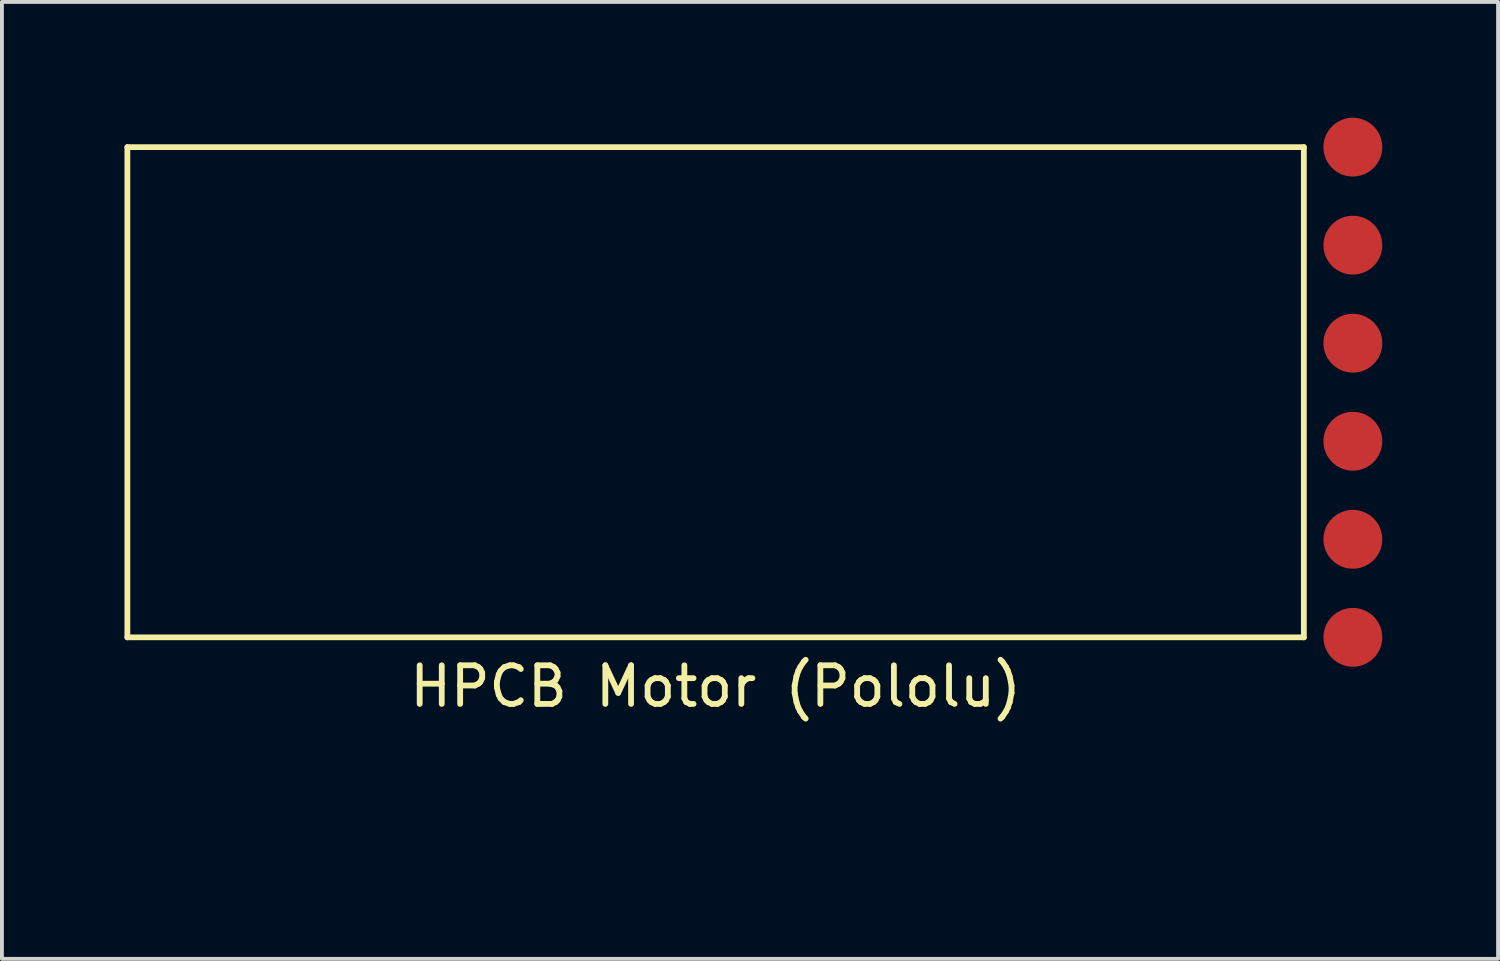
<source format=kicad_pcb>
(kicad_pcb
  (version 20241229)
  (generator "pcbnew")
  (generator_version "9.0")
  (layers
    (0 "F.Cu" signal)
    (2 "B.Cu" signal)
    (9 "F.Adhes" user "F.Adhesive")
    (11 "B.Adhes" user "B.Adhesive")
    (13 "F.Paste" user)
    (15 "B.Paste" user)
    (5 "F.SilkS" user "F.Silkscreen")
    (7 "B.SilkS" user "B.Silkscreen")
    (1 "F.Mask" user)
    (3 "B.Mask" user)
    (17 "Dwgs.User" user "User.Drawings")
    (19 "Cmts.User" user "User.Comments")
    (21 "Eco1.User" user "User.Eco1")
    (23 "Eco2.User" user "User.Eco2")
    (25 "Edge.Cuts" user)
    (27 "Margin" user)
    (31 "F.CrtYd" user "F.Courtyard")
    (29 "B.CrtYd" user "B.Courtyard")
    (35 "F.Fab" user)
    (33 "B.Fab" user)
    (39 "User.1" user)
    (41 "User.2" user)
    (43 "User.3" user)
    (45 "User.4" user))
  (footprint "HPCB Motor (Pololu)"
    (layer "F.Cu")
    (at 0.25 18.542)
    (property "Reference" "HPCB Motor (Pololu)" (at 15.24 -3.81 0) (layer "F.SilkS") (effects (font (size 1 1) (thickness 0.15))))
    (attr through_hole)
    (fp_line (start 0 -17.78) (end 0 -5.08) (stroke (width 0.15) (type solid)) (layer "F.SilkS"))
    (fp_line (start 0 -5.08) (end 30.48 -5.08) (stroke (width 0.15) (type solid)) (layer "F.SilkS"))
    (fp_line (start 30.48 -17.78) (end 0 -17.78) (stroke (width 0.15) (type solid)) (layer "F.SilkS"))
    (fp_line (start 30.48 -5.08) (end 30.48 -17.78) (stroke (width 0.15) (type solid)) (layer "F.SilkS"))
    (pad "1" smd circle (at 31.75 -17.78) (size 1.524 1.524) (layers "F.Cu" "F.Mask" "F.Paste"))
    (pad "2" smd circle (at 31.75 -15.24) (size 1.524 1.524) (layers "F.Cu" "F.Mask" "F.Paste"))
    (pad "3" smd circle (at 31.75 -12.7) (size 1.524 1.524) (layers "F.Cu" "F.Mask" "F.Paste"))
    (pad "4" smd circle (at 31.75 -10.16) (size 1.524 1.524) (layers "F.Cu" "F.Mask" "F.Paste"))
    (pad "5" smd circle (at 31.75 -7.62) (size 1.524 1.524) (layers "F.Cu" "F.Mask" "F.Paste"))
    (pad "6" smd circle (at 31.75 -5.08) (size 1.524 1.524) (layers "F.Cu" "F.Mask" "F.Paste")))
  (gr_rect
    (start -3 -3)
    (end 35.762 21.792)
    (stroke (width 0.1) (type default))
    (fill no)
    (layer "Edge.Cuts")))
</source>
